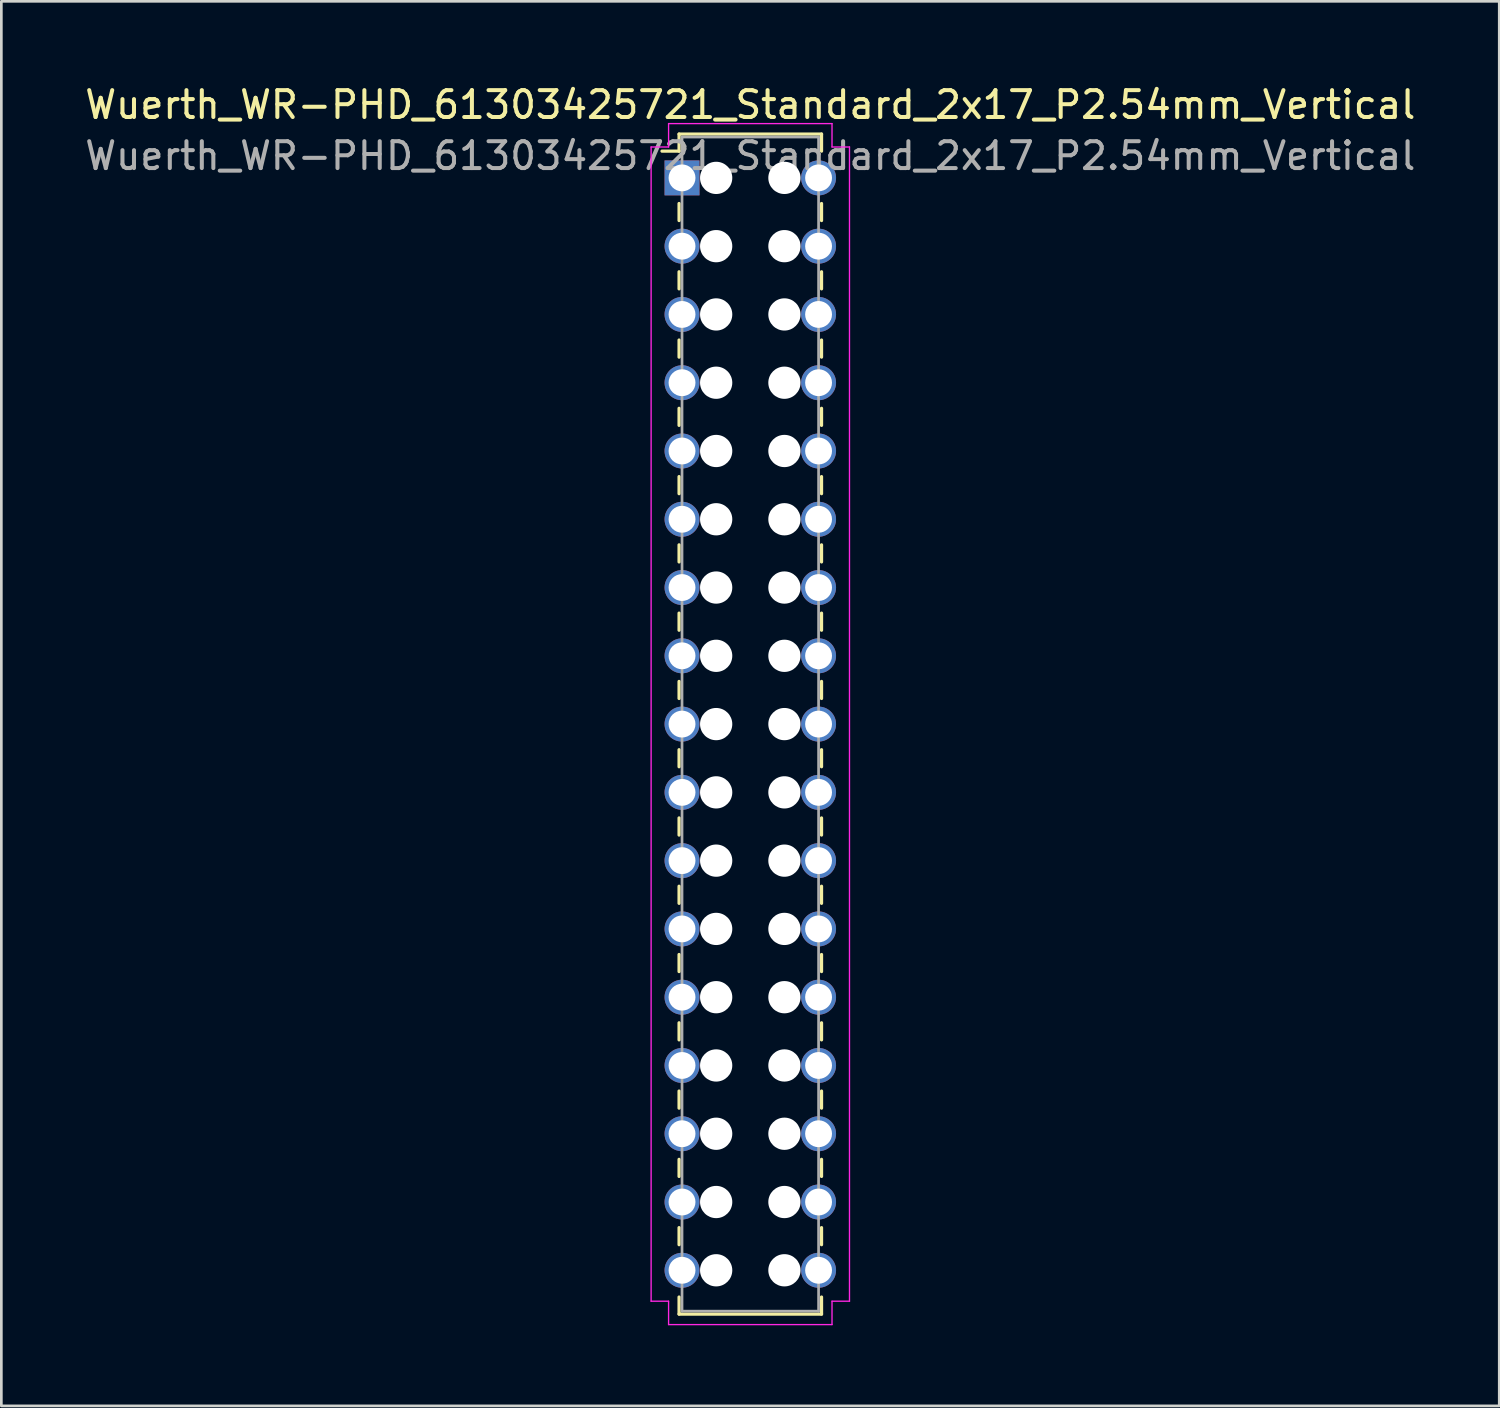
<source format=kicad_pcb>
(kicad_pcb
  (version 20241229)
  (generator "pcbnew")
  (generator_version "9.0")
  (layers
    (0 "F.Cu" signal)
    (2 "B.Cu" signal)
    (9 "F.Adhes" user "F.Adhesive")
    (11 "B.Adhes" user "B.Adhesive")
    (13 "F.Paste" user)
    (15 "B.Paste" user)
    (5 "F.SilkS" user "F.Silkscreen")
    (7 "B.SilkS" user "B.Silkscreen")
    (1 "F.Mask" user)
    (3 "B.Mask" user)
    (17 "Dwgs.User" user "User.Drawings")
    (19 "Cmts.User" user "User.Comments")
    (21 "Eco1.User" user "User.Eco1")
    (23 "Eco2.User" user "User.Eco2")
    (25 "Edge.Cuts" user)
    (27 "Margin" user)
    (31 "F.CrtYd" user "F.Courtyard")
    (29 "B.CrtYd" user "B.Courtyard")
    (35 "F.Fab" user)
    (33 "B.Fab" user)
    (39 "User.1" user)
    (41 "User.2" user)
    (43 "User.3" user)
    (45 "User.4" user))
  (footprint "Wuerth_WR-PHD_61303425721_Standard_2x17_P2.54mm_Vertical"
    (layer "F.Cu")
    (at 22.323 3.568)
    (property "Reference" "Wuerth_WR-PHD_61303425721_Standard_2x17_P2.54mm_Vertical" (at 2.54 -2.72 0) (layer "F.SilkS") (effects (font (size 1 1) (thickness 0.15))))
    (attr through_hole)
    (fp_line (start -0.11 -1.63) (end -0.11 -0.995) (stroke (width 0.12) (type solid)) (layer "F.SilkS"))
    (fp_line (start -0.11 -1.63) (end 5.19 -1.63) (stroke (width 0.12) (type solid)) (layer "F.SilkS"))
    (fp_line (start -0.11 -0.995) (end -0.745 -0.995) (stroke (width 0.12) (type solid)) (layer "F.SilkS"))
    (fp_line (start -0.11 0.953) (end -0.11 1.587) (stroke (width 0.12) (type solid)) (layer "F.SilkS"))
    (fp_line (start -0.11 3.493) (end -0.11 4.128) (stroke (width 0.12) (type solid)) (layer "F.SilkS"))
    (fp_line (start -0.11 6.032) (end -0.11 6.668) (stroke (width 0.12) (type solid)) (layer "F.SilkS"))
    (fp_line (start -0.11 8.572) (end -0.11 9.207) (stroke (width 0.12) (type solid)) (layer "F.SilkS"))
    (fp_line (start -0.11 11.113) (end -0.11 11.748) (stroke (width 0.12) (type solid)) (layer "F.SilkS"))
    (fp_line (start -0.11 13.652) (end -0.11 14.287) (stroke (width 0.12) (type solid)) (layer "F.SilkS"))
    (fp_line (start -0.11 16.192) (end -0.11 16.828) (stroke (width 0.12) (type solid)) (layer "F.SilkS"))
    (fp_line (start -0.11 18.733) (end -0.11 19.367) (stroke (width 0.12) (type solid)) (layer "F.SilkS"))
    (fp_line (start -0.11 21.273) (end -0.11 21.907) (stroke (width 0.12) (type solid)) (layer "F.SilkS"))
    (fp_line (start -0.11 23.812) (end -0.11 24.448) (stroke (width 0.12) (type solid)) (layer "F.SilkS"))
    (fp_line (start -0.11 26.352) (end -0.11 26.988) (stroke (width 0.12) (type solid)) (layer "F.SilkS"))
    (fp_line (start -0.11 28.892) (end -0.11 29.527) (stroke (width 0.12) (type solid)) (layer "F.SilkS"))
    (fp_line (start -0.11 31.433) (end -0.11 32.068) (stroke (width 0.12) (type solid)) (layer "F.SilkS"))
    (fp_line (start -0.11 33.972) (end -0.11 34.608) (stroke (width 0.12) (type solid)) (layer "F.SilkS"))
    (fp_line (start -0.11 36.513) (end -0.11 37.148) (stroke (width 0.12) (type solid)) (layer "F.SilkS"))
    (fp_line (start -0.11 39.053) (end -0.11 39.688) (stroke (width 0.12) (type solid)) (layer "F.SilkS"))
    (fp_line (start -0.11 42.27) (end -0.11 41.635) (stroke (width 0.12) (type solid)) (layer "F.SilkS"))
    (fp_line (start -0.11 42.27) (end 5.19 42.27) (stroke (width 0.12) (type solid)) (layer "F.SilkS"))
    (fp_line (start 5.19 -1.63) (end 5.19 -0.995) (stroke (width 0.12) (type solid)) (layer "F.SilkS"))
    (fp_line (start 5.19 0.953) (end 5.19 1.587) (stroke (width 0.12) (type solid)) (layer "F.SilkS"))
    (fp_line (start 5.19 3.493) (end 5.19 4.128) (stroke (width 0.12) (type solid)) (layer "F.SilkS"))
    (fp_line (start 5.19 6.032) (end 5.19 6.668) (stroke (width 0.12) (type solid)) (layer "F.SilkS"))
    (fp_line (start 5.19 8.572) (end 5.19 9.207) (stroke (width 0.12) (type solid)) (layer "F.SilkS"))
    (fp_line (start 5.19 11.113) (end 5.19 11.748) (stroke (width 0.12) (type solid)) (layer "F.SilkS"))
    (fp_line (start 5.19 13.652) (end 5.19 14.287) (stroke (width 0.12) (type solid)) (layer "F.SilkS"))
    (fp_line (start 5.19 16.192) (end 5.19 16.828) (stroke (width 0.12) (type solid)) (layer "F.SilkS"))
    (fp_line (start 5.19 18.733) (end 5.19 19.367) (stroke (width 0.12) (type solid)) (layer "F.SilkS"))
    (fp_line (start 5.19 21.273) (end 5.19 21.907) (stroke (width 0.12) (type solid)) (layer "F.SilkS"))
    (fp_line (start 5.19 23.812) (end 5.19 24.448) (stroke (width 0.12) (type solid)) (layer "F.SilkS"))
    (fp_line (start 5.19 26.352) (end 5.19 26.988) (stroke (width 0.12) (type solid)) (layer "F.SilkS"))
    (fp_line (start 5.19 28.892) (end 5.19 29.527) (stroke (width 0.12) (type solid)) (layer "F.SilkS"))
    (fp_line (start 5.19 31.433) (end 5.19 32.068) (stroke (width 0.12) (type solid)) (layer "F.SilkS"))
    (fp_line (start 5.19 33.972) (end 5.19 34.608) (stroke (width 0.12) (type solid)) (layer "F.SilkS"))
    (fp_line (start 5.19 36.513) (end 5.19 37.148) (stroke (width 0.12) (type solid)) (layer "F.SilkS"))
    (fp_line (start 5.19 39.053) (end 5.19 39.688) (stroke (width 0.12) (type solid)) (layer "F.SilkS"))
    (fp_line (start 5.19 42.27) (end 5.19 41.635) (stroke (width 0.12) (type solid)) (layer "F.SilkS"))
    (fp_line (start -1.15 -1.15) (end -0.5 -1.15) (stroke (width 0.05) (type solid)) (layer "F.CrtYd"))
    (fp_line (start -1.15 41.79) (end -1.15 -1.15) (stroke (width 0.05) (type solid)) (layer "F.CrtYd"))
    (fp_line (start -0.5 -2.02) (end 5.58 -2.02) (stroke (width 0.05) (type solid)) (layer "F.CrtYd"))
    (fp_line (start -0.5 -1.15) (end -0.5 -2.02) (stroke (width 0.05) (type solid)) (layer "F.CrtYd"))
    (fp_line (start -0.5 41.79) (end -1.15 41.79) (stroke (width 0.05) (type solid)) (layer "F.CrtYd"))
    (fp_line (start -0.5 42.66) (end -0.5 41.79) (stroke (width 0.05) (type solid)) (layer "F.CrtYd"))
    (fp_line (start 5.58 -2.02) (end 5.58 -1.15) (stroke (width 0.05) (type solid)) (layer "F.CrtYd"))
    (fp_line (start 5.58 -1.15) (end 6.23 -1.15) (stroke (width 0.05) (type solid)) (layer "F.CrtYd"))
    (fp_line (start 5.58 41.79) (end 5.58 42.66) (stroke (width 0.05) (type solid)) (layer "F.CrtYd"))
    (fp_line (start 5.58 42.66) (end -0.5 42.66) (stroke (width 0.05) (type solid)) (layer "F.CrtYd"))
    (fp_line (start 6.23 -1.15) (end 6.23 41.79) (stroke (width 0.05) (type solid)) (layer "F.CrtYd"))
    (fp_line (start 6.23 41.79) (end 5.58 41.79) (stroke (width 0.05) (type solid)) (layer "F.CrtYd"))
    (fp_line (start 0 -1.52) (end 0 42.16) (stroke (width 0.1) (type solid)) (layer "F.Fab"))
    (fp_line (start 0 42.16) (end 5.08 42.16) (stroke (width 0.1) (type solid)) (layer "F.Fab"))
    (fp_line (start 5.08 -1.52) (end 0 -1.52) (stroke (width 0.1) (type solid)) (layer "F.Fab"))
    (fp_line (start 5.08 42.16) (end 5.08 -1.52) (stroke (width 0.1) (type solid)) (layer "F.Fab"))
    (fp_text user "${REFERENCE}" (at 2.54 -0.82 0) (layer "F.Fab") (effects (font (size 1 1) (thickness 0.15))))
    (pad "" np_thru_hole circle (at 1.27 0) (size 1.2 1.2) (drill 1.2) (layers "*.Cu" "*.Mask"))
    (pad "" np_thru_hole circle (at 1.27 2.54) (size 1.2 1.2) (drill 1.2) (layers "*.Cu" "*.Mask"))
    (pad "" np_thru_hole circle (at 1.27 5.08) (size 1.2 1.2) (drill 1.2) (layers "*.Cu" "*.Mask"))
    (pad "" np_thru_hole circle (at 1.27 7.62) (size 1.2 1.2) (drill 1.2) (layers "*.Cu" "*.Mask"))
    (pad "" np_thru_hole circle (at 1.27 10.16) (size 1.2 1.2) (drill 1.2) (layers "*.Cu" "*.Mask"))
    (pad "" np_thru_hole circle (at 1.27 12.7) (size 1.2 1.2) (drill 1.2) (layers "*.Cu" "*.Mask"))
    (pad "" np_thru_hole circle (at 1.27 15.24) (size 1.2 1.2) (drill 1.2) (layers "*.Cu" "*.Mask"))
    (pad "" np_thru_hole circle (at 1.27 17.78) (size 1.2 1.2) (drill 1.2) (layers "*.Cu" "*.Mask"))
    (pad "" np_thru_hole circle (at 1.27 20.32) (size 1.2 1.2) (drill 1.2) (layers "*.Cu" "*.Mask"))
    (pad "" np_thru_hole circle (at 1.27 22.86) (size 1.2 1.2) (drill 1.2) (layers "*.Cu" "*.Mask"))
    (pad "" np_thru_hole circle (at 1.27 25.4) (size 1.2 1.2) (drill 1.2) (layers "*.Cu" "*.Mask"))
    (pad "" np_thru_hole circle (at 1.27 27.94) (size 1.2 1.2) (drill 1.2) (layers "*.Cu" "*.Mask"))
    (pad "" np_thru_hole circle (at 1.27 30.48) (size 1.2 1.2) (drill 1.2) (layers "*.Cu" "*.Mask"))
    (pad "" np_thru_hole circle (at 1.27 33.02) (size 1.2 1.2) (drill 1.2) (layers "*.Cu" "*.Mask"))
    (pad "" np_thru_hole circle (at 1.27 35.56) (size 1.2 1.2) (drill 1.2) (layers "*.Cu" "*.Mask"))
    (pad "" np_thru_hole circle (at 1.27 38.1) (size 1.2 1.2) (drill 1.2) (layers "*.Cu" "*.Mask"))
    (pad "" np_thru_hole circle (at 1.27 40.64) (size 1.2 1.2) (drill 1.2) (layers "*.Cu" "*.Mask"))
    (pad "" np_thru_hole circle (at 3.81 0) (size 1.2 1.2) (drill 1.2) (layers "*.Cu" "*.Mask"))
    (pad "" np_thru_hole circle (at 3.81 2.54) (size 1.2 1.2) (drill 1.2) (layers "*.Cu" "*.Mask"))
    (pad "" np_thru_hole circle (at 3.81 5.08) (size 1.2 1.2) (drill 1.2) (layers "*.Cu" "*.Mask"))
    (pad "" np_thru_hole circle (at 3.81 7.62) (size 1.2 1.2) (drill 1.2) (layers "*.Cu" "*.Mask"))
    (pad "" np_thru_hole circle (at 3.81 10.16) (size 1.2 1.2) (drill 1.2) (layers "*.Cu" "*.Mask"))
    (pad "" np_thru_hole circle (at 3.81 12.7) (size 1.2 1.2) (drill 1.2) (layers "*.Cu" "*.Mask"))
    (pad "" np_thru_hole circle (at 3.81 15.24) (size 1.2 1.2) (drill 1.2) (layers "*.Cu" "*.Mask"))
    (pad "" np_thru_hole circle (at 3.81 17.78) (size 1.2 1.2) (drill 1.2) (layers "*.Cu" "*.Mask"))
    (pad "" np_thru_hole circle (at 3.81 20.32) (size 1.2 1.2) (drill 1.2) (layers "*.Cu" "*.Mask"))
    (pad "" np_thru_hole circle (at 3.81 22.86) (size 1.2 1.2) (drill 1.2) (layers "*.Cu" "*.Mask"))
    (pad "" np_thru_hole circle (at 3.81 25.4) (size 1.2 1.2) (drill 1.2) (layers "*.Cu" "*.Mask"))
    (pad "" np_thru_hole circle (at 3.81 27.94) (size 1.2 1.2) (drill 1.2) (layers "*.Cu" "*.Mask"))
    (pad "" np_thru_hole circle (at 3.81 30.48) (size 1.2 1.2) (drill 1.2) (layers "*.Cu" "*.Mask"))
    (pad "" np_thru_hole circle (at 3.81 33.02) (size 1.2 1.2) (drill 1.2) (layers "*.Cu" "*.Mask"))
    (pad "" np_thru_hole circle (at 3.81 35.56) (size 1.2 1.2) (drill 1.2) (layers "*.Cu" "*.Mask"))
    (pad "" np_thru_hole circle (at 3.81 38.1) (size 1.2 1.2) (drill 1.2) (layers "*.Cu" "*.Mask"))
    (pad "" np_thru_hole circle (at 3.81 40.64) (size 1.2 1.2) (drill 1.2) (layers "*.Cu" "*.Mask"))
    (pad "1" thru_hole rect (at 0 0) (size 1.3 1.3) (drill 1) (layers "*.Cu" "*.Mask"))
    (pad "2" thru_hole circle (at 5.08 0) (size 1.3 1.3) (drill 1) (layers "*.Cu" "*.Mask"))
    (pad "3" thru_hole circle (at 0 2.54) (size 1.3 1.3) (drill 1) (layers "*.Cu" "*.Mask"))
    (pad "4" thru_hole circle (at 5.08 2.54) (size 1.3 1.3) (drill 1) (layers "*.Cu" "*.Mask"))
    (pad "5" thru_hole circle (at 0 5.08) (size 1.3 1.3) (drill 1) (layers "*.Cu" "*.Mask"))
    (pad "6" thru_hole circle (at 5.08 5.08) (size 1.3 1.3) (drill 1) (layers "*.Cu" "*.Mask"))
    (pad "7" thru_hole circle (at 0 7.62) (size 1.3 1.3) (drill 1) (layers "*.Cu" "*.Mask"))
    (pad "8" thru_hole circle (at 5.08 7.62) (size 1.3 1.3) (drill 1) (layers "*.Cu" "*.Mask"))
    (pad "9" thru_hole circle (at 0 10.16) (size 1.3 1.3) (drill 1) (layers "*.Cu" "*.Mask"))
    (pad "10" thru_hole circle (at 5.08 10.16) (size 1.3 1.3) (drill 1) (layers "*.Cu" "*.Mask"))
    (pad "11" thru_hole circle (at 0 12.7) (size 1.3 1.3) (drill 1) (layers "*.Cu" "*.Mask"))
    (pad "12" thru_hole circle (at 5.08 12.7) (size 1.3 1.3) (drill 1) (layers "*.Cu" "*.Mask"))
    (pad "13" thru_hole circle (at 0 15.24) (size 1.3 1.3) (drill 1) (layers "*.Cu" "*.Mask"))
    (pad "14" thru_hole circle (at 5.08 15.24) (size 1.3 1.3) (drill 1) (layers "*.Cu" "*.Mask"))
    (pad "15" thru_hole circle (at 0 17.78) (size 1.3 1.3) (drill 1) (layers "*.Cu" "*.Mask"))
    (pad "16" thru_hole circle (at 5.08 17.78) (size 1.3 1.3) (drill 1) (layers "*.Cu" "*.Mask"))
    (pad "17" thru_hole circle (at 0 20.32) (size 1.3 1.3) (drill 1) (layers "*.Cu" "*.Mask"))
    (pad "18" thru_hole circle (at 5.08 20.32) (size 1.3 1.3) (drill 1) (layers "*.Cu" "*.Mask"))
    (pad "19" thru_hole circle (at 0 22.86) (size 1.3 1.3) (drill 1) (layers "*.Cu" "*.Mask"))
    (pad "20" thru_hole circle (at 5.08 22.86) (size 1.3 1.3) (drill 1) (layers "*.Cu" "*.Mask"))
    (pad "21" thru_hole circle (at 0 25.4) (size 1.3 1.3) (drill 1) (layers "*.Cu" "*.Mask"))
    (pad "22" thru_hole circle (at 5.08 25.4) (size 1.3 1.3) (drill 1) (layers "*.Cu" "*.Mask"))
    (pad "23" thru_hole circle (at 0 27.94) (size 1.3 1.3) (drill 1) (layers "*.Cu" "*.Mask"))
    (pad "24" thru_hole circle (at 5.08 27.94) (size 1.3 1.3) (drill 1) (layers "*.Cu" "*.Mask"))
    (pad "25" thru_hole circle (at 0 30.48) (size 1.3 1.3) (drill 1) (layers "*.Cu" "*.Mask"))
    (pad "26" thru_hole circle (at 5.08 30.48) (size 1.3 1.3) (drill 1) (layers "*.Cu" "*.Mask"))
    (pad "27" thru_hole circle (at 0 33.02) (size 1.3 1.3) (drill 1) (layers "*.Cu" "*.Mask"))
    (pad "28" thru_hole circle (at 5.08 33.02) (size 1.3 1.3) (drill 1) (layers "*.Cu" "*.Mask"))
    (pad "29" thru_hole circle (at 0 35.56) (size 1.3 1.3) (drill 1) (layers "*.Cu" "*.Mask"))
    (pad "30" thru_hole circle (at 5.08 35.56) (size 1.3 1.3) (drill 1) (layers "*.Cu" "*.Mask"))
    (pad "31" thru_hole circle (at 0 38.1) (size 1.3 1.3) (drill 1) (layers "*.Cu" "*.Mask"))
    (pad "32" thru_hole circle (at 5.08 38.1) (size 1.3 1.3) (drill 1) (layers "*.Cu" "*.Mask"))
    (pad "33" thru_hole circle (at 0 40.64) (size 1.3 1.3) (drill 1) (layers "*.Cu" "*.Mask"))
    (pad "34" thru_hole circle (at 5.08 40.64) (size 1.3 1.3) (drill 1) (layers "*.Cu" "*.Mask")))
  (gr_rect
    (start -3 -3)
    (end 52.726 49.253)
    (stroke (width 0.1) (type default))
    (fill no)
    (layer "Edge.Cuts")))
</source>
